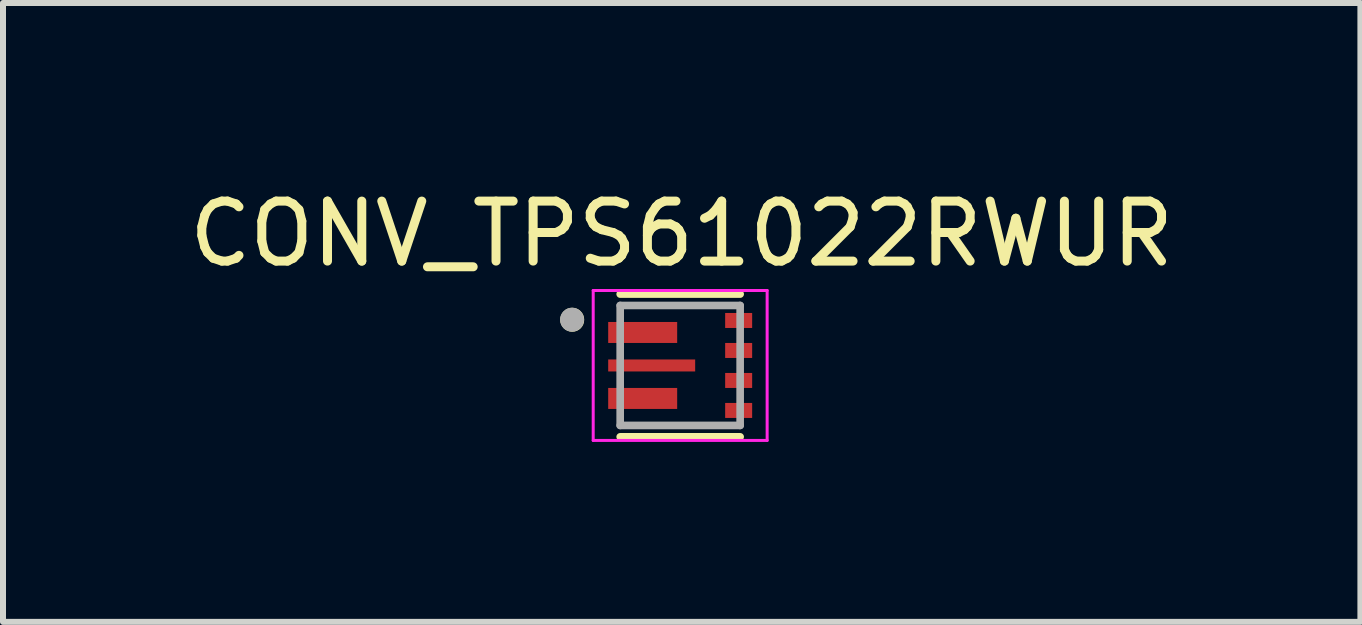
<source format=kicad_pcb>
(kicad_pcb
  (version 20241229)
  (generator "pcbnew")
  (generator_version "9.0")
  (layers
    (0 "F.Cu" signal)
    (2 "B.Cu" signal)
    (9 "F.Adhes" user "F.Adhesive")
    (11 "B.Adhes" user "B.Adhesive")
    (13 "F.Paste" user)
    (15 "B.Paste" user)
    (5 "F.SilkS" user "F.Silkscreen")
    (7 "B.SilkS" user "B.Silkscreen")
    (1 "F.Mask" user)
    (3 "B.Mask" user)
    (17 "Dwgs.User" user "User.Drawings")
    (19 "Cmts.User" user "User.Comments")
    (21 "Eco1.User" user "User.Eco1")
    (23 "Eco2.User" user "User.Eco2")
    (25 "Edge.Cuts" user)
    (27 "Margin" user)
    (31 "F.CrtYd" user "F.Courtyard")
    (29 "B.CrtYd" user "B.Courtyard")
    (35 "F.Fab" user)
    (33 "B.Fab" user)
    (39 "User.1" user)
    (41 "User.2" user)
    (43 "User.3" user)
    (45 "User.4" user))
  (footprint "CONV_TPS61022RWUR"
    (layer "F.Cu")
    (at 8.29 3.043)
    (property "Reference" "CONV_TPS61022RWUR" (at 0.025 -2.195 0) (layer "F.SilkS") (effects (font (size 1 1) (thickness 0.15))))
    (attr through_hole)
    (fp_poly (pts (xy -1.27 -0.795) (xy 0.02 -0.795) (xy 0.02 -0.305) (xy -1.27 -0.305)) (stroke (width 0.01) (type solid)) (fill yes) (layer "F.Mask"))
    (fp_poly (pts (xy -1.27 -0.17) (xy 0.32 -0.17) (xy 0.32 0.17) (xy -1.27 0.17)) (stroke (width 0.01) (type solid)) (fill yes) (layer "F.Mask"))
    (fp_poly (pts (xy -1.27 0.305) (xy 0.02 0.305) (xy 0.02 0.795) (xy -1.27 0.795)) (stroke (width 0.01) (type solid)) (fill yes) (layer "F.Mask"))
    (fp_poly (pts (xy 0.68 -0.945) (xy 1.27 -0.945) (xy 1.27 -0.555) (xy 0.68 -0.555)) (stroke (width 0.01) (type solid)) (fill yes) (layer "F.Mask"))
    (fp_poly (pts (xy 0.68 -0.445) (xy 1.27 -0.445) (xy 1.27 -0.055) (xy 0.68 -0.055)) (stroke (width 0.01) (type solid)) (fill yes) (layer "F.Mask"))
    (fp_poly (pts (xy 0.68 0.055) (xy 1.27 0.055) (xy 1.27 0.445) (xy 0.68 0.445)) (stroke (width 0.01) (type solid)) (fill yes) (layer "F.Mask"))
    (fp_poly (pts (xy 0.68 0.555) (xy 1.27 0.555) (xy 1.27 0.945) (xy 0.68 0.945)) (stroke (width 0.01) (type solid)) (fill yes) (layer "F.Mask"))
    (fp_line (start -1 -1.19) (end 1 -1.19) (stroke (width 0.127) (type solid)) (layer "F.SilkS"))
    (fp_line (start -1 1.19) (end 1 1.19) (stroke (width 0.127) (type solid)) (layer "F.SilkS"))
    (fp_circle (center -1.8 -0.762) (end -1.7 -0.762) (stroke (width 0.2) (type solid)) (fill no) (layer "F.SilkS"))
    (fp_poly (pts (xy -1.2 -0.725) (xy -0.725 -0.725) (xy -0.725 -0.375) (xy -1.2 -0.375)) (stroke (width 0.01) (type solid)) (fill yes) (layer "F.Paste"))
    (fp_poly (pts (xy -1.2 -0.1) (xy -0.575 -0.1) (xy -0.575 0.1) (xy -1.2 0.1)) (stroke (width 0.01) (type solid)) (fill yes) (layer "F.Paste"))
    (fp_poly (pts (xy -1.2 0.375) (xy -0.725 0.375) (xy -0.725 0.725) (xy -1.2 0.725)) (stroke (width 0.01) (type solid)) (fill yes) (layer "F.Paste"))
    (fp_poly (pts (xy -0.525 -0.725) (xy -0.05 -0.725) (xy -0.05 -0.375) (xy -0.525 -0.375)) (stroke (width 0.01) (type solid)) (fill yes) (layer "F.Paste"))
    (fp_poly (pts (xy -0.525 0.375) (xy -0.05 0.375) (xy -0.05 0.725) (xy -0.525 0.725)) (stroke (width 0.01) (type solid)) (fill yes) (layer "F.Paste"))
    (fp_poly (pts (xy -0.375 -0.1) (xy 0.25 -0.1) (xy 0.25 0.1) (xy -0.375 0.1)) (stroke (width 0.01) (type solid)) (fill yes) (layer "F.Paste"))
    (fp_line (start -1.45 -1.25) (end -1.45 1.25) (stroke (width 0.05) (type solid)) (layer "F.CrtYd"))
    (fp_line (start -1.45 1.25) (end 1.45 1.25) (stroke (width 0.05) (type solid)) (layer "F.CrtYd"))
    (fp_line (start 1.45 -1.25) (end -1.45 -1.25) (stroke (width 0.05) (type solid)) (layer "F.CrtYd"))
    (fp_line (start 1.45 1.25) (end 1.45 -1.25) (stroke (width 0.05) (type solid)) (layer "F.CrtYd"))
    (fp_line (start -1 -1) (end -1 1) (stroke (width 0.127) (type solid)) (layer "F.Fab"))
    (fp_line (start -1 1) (end 1 1) (stroke (width 0.127) (type solid)) (layer "F.Fab"))
    (fp_line (start 1 -1) (end -1 -1) (stroke (width 0.127) (type solid)) (layer "F.Fab"))
    (fp_line (start 1 1) (end 1 -1) (stroke (width 0.127) (type solid)) (layer "F.Fab"))
    (fp_circle (center -1.803 -0.763) (end -1.703 -0.763) (stroke (width 0.2) (type solid)) (fill no) (layer "F.Fab"))
    (pad "1" smd rect (at -0.625 -0.55) (size 1.15 0.35) (layers "F.Cu"))
    (pad "2" smd rect (at -0.475 0) (size 1.45 0.2) (layers "F.Cu"))
    (pad "3" smd rect (at -0.625 0.55) (size 1.15 0.35) (layers "F.Cu"))
    (pad "4" smd rect (at 0.975 0.75) (size 0.45 0.25) (layers "F.Cu" "F.Paste"))
    (pad "5" smd rect (at 0.975 0.25) (size 0.45 0.25) (layers "F.Cu" "F.Paste"))
    (pad "6" smd rect (at 0.975 -0.25) (size 0.45 0.25) (layers "F.Cu" "F.Paste"))
    (pad "7" smd rect (at 0.975 -0.75) (size 0.45 0.25) (layers "F.Cu" "F.Paste")))
  (gr_rect
    (start -3 -3)
    (end 19.631 7.318)
    (stroke (width 0.1) (type default))
    (fill no)
    (layer "Edge.Cuts")))
</source>
